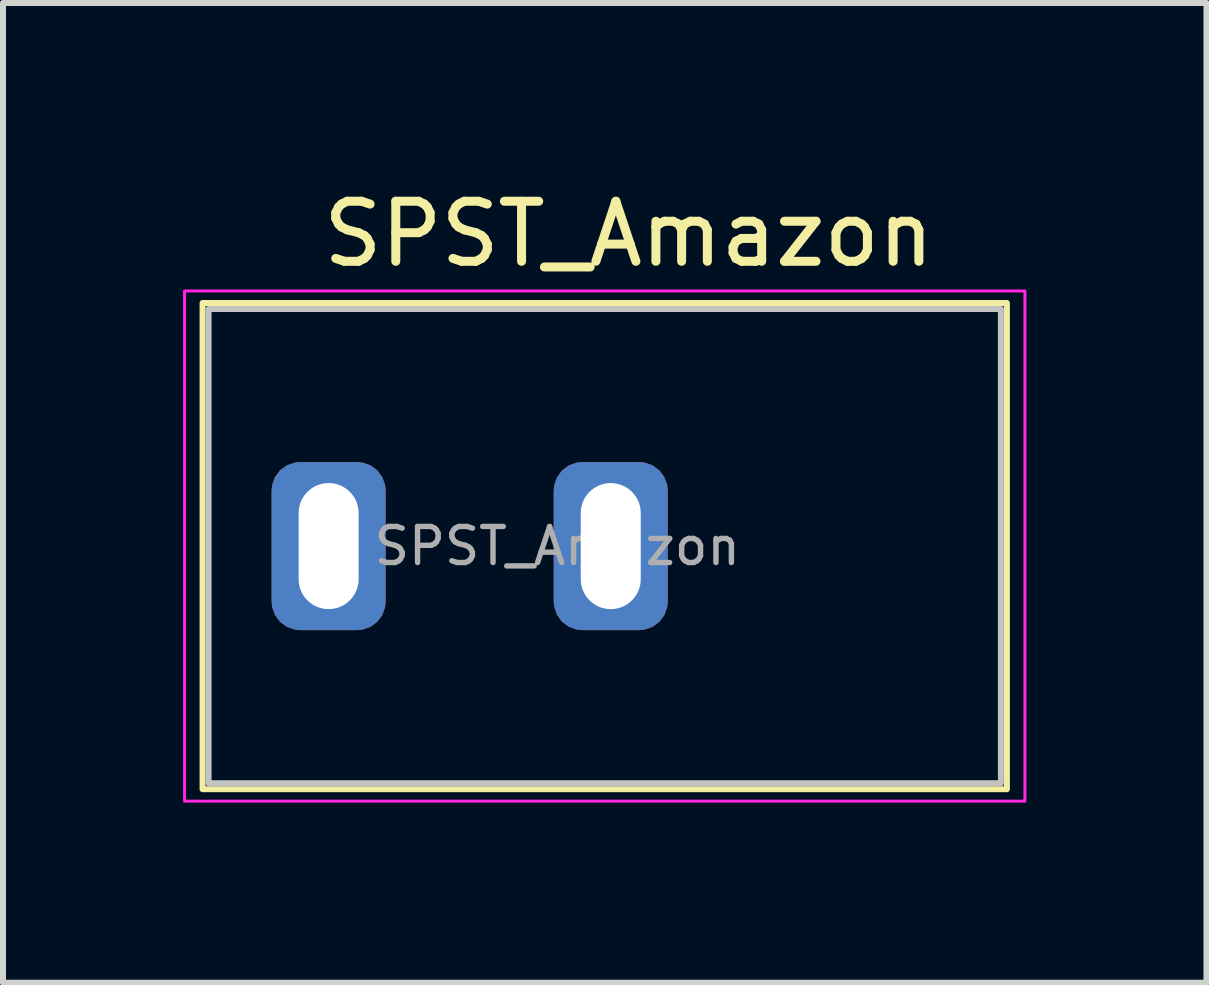
<source format=kicad_pcb>
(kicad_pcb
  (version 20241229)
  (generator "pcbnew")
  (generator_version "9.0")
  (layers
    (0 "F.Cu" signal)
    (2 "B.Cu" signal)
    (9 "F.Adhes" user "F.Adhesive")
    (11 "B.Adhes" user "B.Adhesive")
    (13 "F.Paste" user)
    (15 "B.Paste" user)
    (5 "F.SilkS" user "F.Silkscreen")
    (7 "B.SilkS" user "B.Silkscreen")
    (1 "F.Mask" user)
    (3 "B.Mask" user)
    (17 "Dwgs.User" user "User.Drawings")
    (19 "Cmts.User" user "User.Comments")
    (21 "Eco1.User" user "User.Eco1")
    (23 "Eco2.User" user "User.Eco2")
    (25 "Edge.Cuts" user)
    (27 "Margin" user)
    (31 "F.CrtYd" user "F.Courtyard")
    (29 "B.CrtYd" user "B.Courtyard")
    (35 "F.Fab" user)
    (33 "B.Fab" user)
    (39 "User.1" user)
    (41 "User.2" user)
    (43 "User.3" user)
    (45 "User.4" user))
  (footprint "SPST_Amazon"
    (layer "F.Cu")
    (at 2.425 6.048)
    (property "Reference" "SPST_Amazon" (at 5 -5.2 0) (layer "F.SilkS") (effects (font (size 1 1) (thickness 0.15))))
    (attr through_hole)
    (fp_rect (start -2.1 -4.05) (end 11.3 4.05) (stroke (width 0.1) (type solid)) (fill no) (layer "F.SilkS"))
    (fp_rect (start -2 -3.95) (end 11.2 3.95) (stroke (width 0.1) (type solid)) (fill no) (layer "Dwgs.User"))
    (fp_rect (start -2.4 -4.25) (end 11.6 4.25) (stroke (width 0.05) (type solid)) (fill no) (layer "F.CrtYd"))
    (fp_text user "${REFERENCE}" (at 3.81 0 0) (layer "F.Fab") (effects (font (size 0.6 0.6) (thickness 0.09))))
    (pad "1" thru_hole roundrect (at 0 0) (size 1.9 2.8) (drill oval 1 2.1) (layers "*.Cu" "*.Mask") (roundrect_rratio 0.25))
    (pad "2" thru_hole roundrect (at 4.7 0) (size 1.9 2.8) (drill oval 1 2.1) (layers "*.Cu" "*.Mask") (roundrect_rratio 0.25)))
  (gr_rect
    (start -3 -3)
    (end 17.05 13.323)
    (stroke (width 0.1) (type default))
    (fill no)
    (layer "Edge.Cuts")))
</source>
